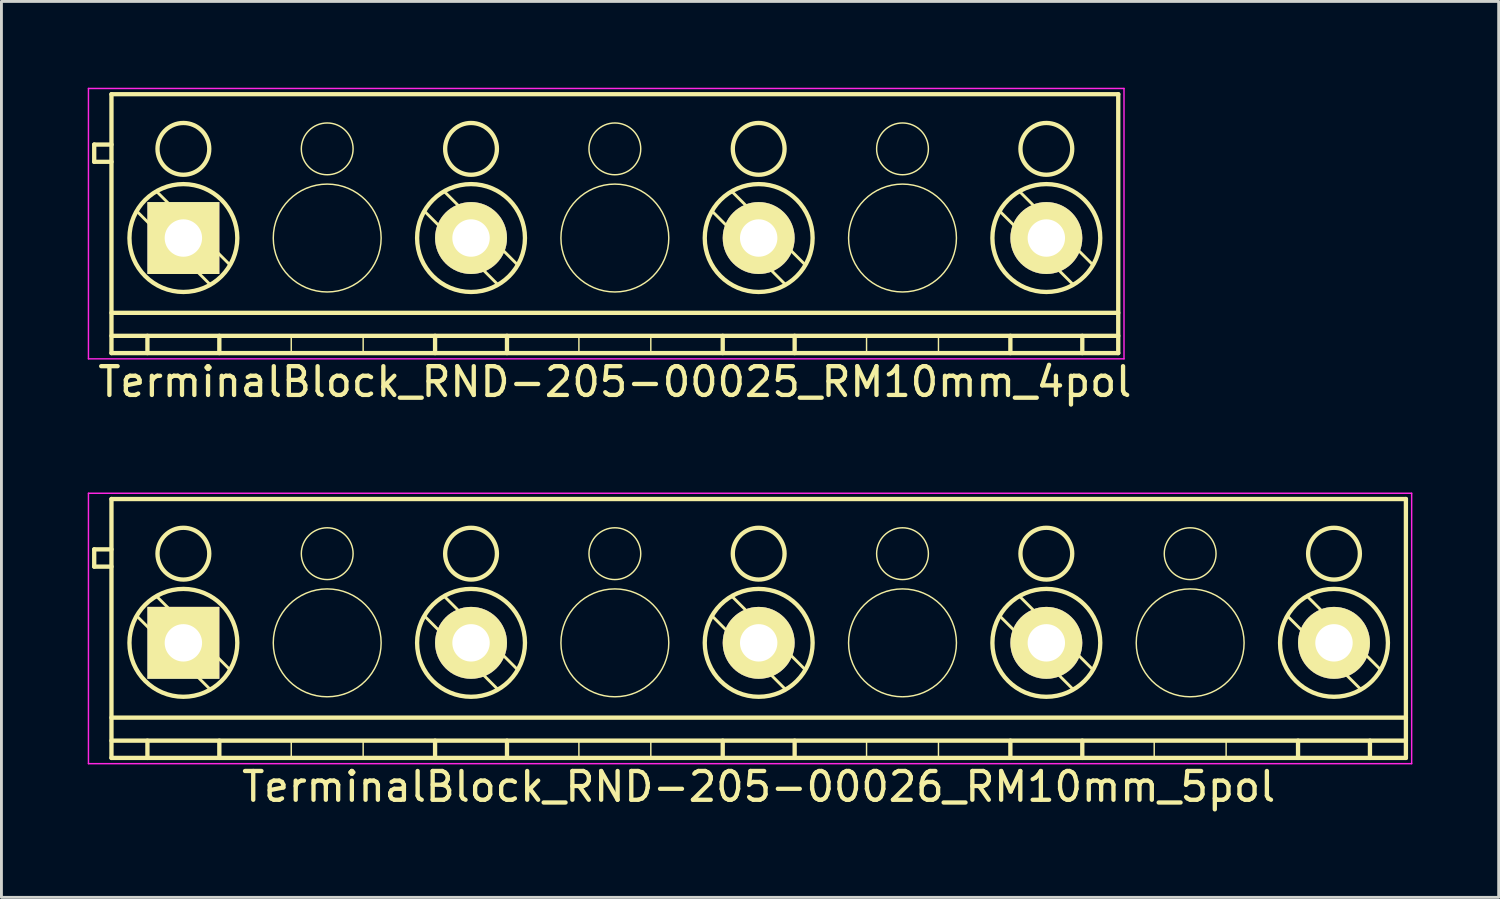
<source format=kicad_pcb>
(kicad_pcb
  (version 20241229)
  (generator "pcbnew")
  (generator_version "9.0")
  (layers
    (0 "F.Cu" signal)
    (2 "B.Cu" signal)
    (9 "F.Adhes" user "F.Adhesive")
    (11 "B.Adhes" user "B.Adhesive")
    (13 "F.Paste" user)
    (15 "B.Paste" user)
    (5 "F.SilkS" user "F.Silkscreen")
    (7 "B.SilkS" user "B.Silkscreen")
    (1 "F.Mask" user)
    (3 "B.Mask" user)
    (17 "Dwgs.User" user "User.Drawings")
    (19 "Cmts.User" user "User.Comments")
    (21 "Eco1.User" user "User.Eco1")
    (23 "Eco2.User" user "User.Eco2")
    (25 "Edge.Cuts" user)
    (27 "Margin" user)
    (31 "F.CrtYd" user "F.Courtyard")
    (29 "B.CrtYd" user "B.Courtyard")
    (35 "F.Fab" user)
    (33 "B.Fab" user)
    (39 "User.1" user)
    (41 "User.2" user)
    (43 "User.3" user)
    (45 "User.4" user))
  (footprint "TerminalBlock_RND-205-00026_RM10mm_5pol"
    (layer "F.Cu")
    (at 3.325 19.298)
    (property "Reference" "TerminalBlock_RND-205-00026_RM10mm_5pol" (at 20 5 0) (layer "F.SilkS") (effects (font (size 1 1) (thickness 0.15))))
    (attr through_hole)
    (fp_line (start -3.1 -3.25) (end -3.1 -2.65) (stroke (width 0.15) (type solid)) (layer "F.SilkS"))
    (fp_line (start -3.1 -2.65) (end -2.5 -2.65) (stroke (width 0.15) (type solid)) (layer "F.SilkS"))
    (fp_line (start -2.5 -5) (end 42.5 -5) (stroke (width 0.15) (type solid)) (layer "F.SilkS"))
    (fp_line (start -2.5 -3.25) (end -3.1 -3.25) (stroke (width 0.15) (type solid)) (layer "F.SilkS"))
    (fp_line (start -2.5 2.6) (end 42.5 2.6) (stroke (width 0.15) (type solid)) (layer "F.SilkS"))
    (fp_line (start -2.5 3.4) (end 42.5 3.4) (stroke (width 0.15) (type solid)) (layer "F.SilkS"))
    (fp_line (start -2.5 4) (end -2.5 -5) (stroke (width 0.15) (type solid)) (layer "F.SilkS"))
    (fp_line (start -1.25 3.4) (end -1.25 4) (stroke (width 0.15) (type solid)) (layer "F.SilkS"))
    (fp_line (start 0.937 1.624) (end -1.624 -0.938) (stroke (width 0.1) (type solid)) (layer "F.SilkS"))
    (fp_line (start 1.25 3.4) (end 1.25 4) (stroke (width 0.15) (type solid)) (layer "F.SilkS"))
    (fp_line (start 1.624 0.938) (end -0.937 -1.624) (stroke (width 0.1) (type solid)) (layer "F.SilkS"))
    (fp_line (start 3.75 3.4) (end 3.75 4) (stroke (width 0.05) (type solid)) (layer "F.SilkS"))
    (fp_line (start 6.25 3.4) (end 6.25 4) (stroke (width 0.05) (type solid)) (layer "F.SilkS"))
    (fp_line (start 8.75 3.4) (end 8.75 4) (stroke (width 0.15) (type solid)) (layer "F.SilkS"))
    (fp_line (start 10.938 1.624) (end 8.376 -0.938) (stroke (width 0.1) (type solid)) (layer "F.SilkS"))
    (fp_line (start 11.25 3.4) (end 11.25 4) (stroke (width 0.15) (type solid)) (layer "F.SilkS"))
    (fp_line (start 11.624 0.938) (end 9.063 -1.624) (stroke (width 0.1) (type solid)) (layer "F.SilkS"))
    (fp_line (start 13.75 3.4) (end 13.75 4) (stroke (width 0.05) (type solid)) (layer "F.SilkS"))
    (fp_line (start 16.25 3.4) (end 16.25 4) (stroke (width 0.05) (type solid)) (layer "F.SilkS"))
    (fp_line (start 18.75 3.4) (end 18.75 4) (stroke (width 0.15) (type solid)) (layer "F.SilkS"))
    (fp_line (start 20.938 1.624) (end 18.376 -0.938) (stroke (width 0.1) (type solid)) (layer "F.SilkS"))
    (fp_line (start 21.25 3.4) (end 21.25 4) (stroke (width 0.15) (type solid)) (layer "F.SilkS"))
    (fp_line (start 21.624 0.938) (end 19.063 -1.624) (stroke (width 0.1) (type solid)) (layer "F.SilkS"))
    (fp_line (start 23.75 3.4) (end 23.75 4) (stroke (width 0.05) (type solid)) (layer "F.SilkS"))
    (fp_line (start 26.25 3.4) (end 26.25 4) (stroke (width 0.05) (type solid)) (layer "F.SilkS"))
    (fp_line (start 28.75 3.4) (end 28.75 4) (stroke (width 0.15) (type solid)) (layer "F.SilkS"))
    (fp_line (start 30.938 1.624) (end 28.376 -0.938) (stroke (width 0.1) (type solid)) (layer "F.SilkS"))
    (fp_line (start 31.25 3.4) (end 31.25 4) (stroke (width 0.15) (type solid)) (layer "F.SilkS"))
    (fp_line (start 31.624 0.938) (end 29.063 -1.624) (stroke (width 0.1) (type solid)) (layer "F.SilkS"))
    (fp_line (start 33.75 3.4) (end 33.75 4) (stroke (width 0.05) (type solid)) (layer "F.SilkS"))
    (fp_line (start 36.25 3.4) (end 36.25 4) (stroke (width 0.05) (type solid)) (layer "F.SilkS"))
    (fp_line (start 38.75 3.4) (end 38.75 4) (stroke (width 0.15) (type solid)) (layer "F.SilkS"))
    (fp_line (start 40.938 1.624) (end 38.376 -0.938) (stroke (width 0.1) (type solid)) (layer "F.SilkS"))
    (fp_line (start 41.25 3.4) (end 41.25 4) (stroke (width 0.15) (type solid)) (layer "F.SilkS"))
    (fp_line (start 41.624 0.938) (end 39.063 -1.624) (stroke (width 0.1) (type solid)) (layer "F.SilkS"))
    (fp_line (start 42.5 -5) (end 42.5 4) (stroke (width 0.15) (type solid)) (layer "F.SilkS"))
    (fp_line (start 42.5 4) (end -2.5 4) (stroke (width 0.15) (type solid)) (layer "F.SilkS"))
    (fp_circle (center 0 -3.1) (end -0.9 -3.1) (stroke (width 0.15) (type solid)) (fill no) (layer "F.SilkS"))
    (fp_circle (center 0 0) (end -1.875 0) (stroke (width 0.15) (type solid)) (fill no) (layer "F.SilkS"))
    (fp_circle (center 5 -3.1) (end 4.1 -3.1) (stroke (width 0.05) (type solid)) (fill no) (layer "F.SilkS"))
    (fp_circle (center 5 0) (end 3.125 0) (stroke (width 0.05) (type solid)) (fill no) (layer "F.SilkS"))
    (fp_circle (center 10 -3.1) (end 9.1 -3.1) (stroke (width 0.15) (type solid)) (fill no) (layer "F.SilkS"))
    (fp_circle (center 10 0) (end 8.125 0) (stroke (width 0.15) (type solid)) (fill no) (layer "F.SilkS"))
    (fp_circle (center 15 -3.1) (end 14.1 -3.1) (stroke (width 0.05) (type solid)) (fill no) (layer "F.SilkS"))
    (fp_circle (center 15 0) (end 13.125 0) (stroke (width 0.05) (type solid)) (fill no) (layer "F.SilkS"))
    (fp_circle (center 20 -3.1) (end 19.1 -3.1) (stroke (width 0.15) (type solid)) (fill no) (layer "F.SilkS"))
    (fp_circle (center 20 0) (end 18.125 0) (stroke (width 0.15) (type solid)) (fill no) (layer "F.SilkS"))
    (fp_circle (center 25 -3.1) (end 24.1 -3.1) (stroke (width 0.05) (type solid)) (fill no) (layer "F.SilkS"))
    (fp_circle (center 25 0) (end 23.125 0) (stroke (width 0.05) (type solid)) (fill no) (layer "F.SilkS"))
    (fp_circle (center 30 -3.1) (end 29.1 -3.1) (stroke (width 0.15) (type solid)) (fill no) (layer "F.SilkS"))
    (fp_circle (center 30 0) (end 28.125 0) (stroke (width 0.15) (type solid)) (fill no) (layer "F.SilkS"))
    (fp_circle (center 35 -3.1) (end 34.1 -3.1) (stroke (width 0.05) (type solid)) (fill no) (layer "F.SilkS"))
    (fp_circle (center 35 0) (end 33.125 0) (stroke (width 0.05) (type solid)) (fill no) (layer "F.SilkS"))
    (fp_circle (center 40 -3.1) (end 39.1 -3.1) (stroke (width 0.15) (type solid)) (fill no) (layer "F.SilkS"))
    (fp_circle (center 40 0) (end 38.125 0) (stroke (width 0.15) (type solid)) (fill no) (layer "F.SilkS"))
    (fp_line (start -3.3 -5.2) (end 42.7 -5.2) (stroke (width 0.05) (type solid)) (layer "F.CrtYd"))
    (fp_line (start -3.3 4.2) (end -3.3 -5.2) (stroke (width 0.05) (type solid)) (layer "F.CrtYd"))
    (fp_line (start 42.7 -5.2) (end 42.7 4.2) (stroke (width 0.05) (type solid)) (layer "F.CrtYd"))
    (fp_line (start 42.7 4.2) (end -3.3 4.2) (stroke (width 0.05) (type solid)) (layer "F.CrtYd"))
    (pad "1" thru_hole rect (at 0 0) (size 2.5 2.5) (drill 1.3) (layers "*.Cu" "*.Mask" "F.SilkS"))
    (pad "2" thru_hole circle (at 10 0) (size 2.5 2.5) (drill 1.3) (layers "*.Cu" "*.Mask" "F.SilkS"))
    (pad "3" thru_hole circle (at 20 0) (size 2.5 2.5) (drill 1.3) (layers "*.Cu" "*.Mask" "F.SilkS"))
    (pad "4" thru_hole circle (at 30 0) (size 2.5 2.5) (drill 1.3) (layers "*.Cu" "*.Mask" "F.SilkS"))
    (pad "5" thru_hole circle (at 40 0) (size 2.5 2.5) (drill 1.3) (layers "*.Cu" "*.Mask" "F.SilkS")))
  (footprint "TerminalBlock_RND-205-00025_RM10mm_4pol"
    (layer "F.Cu")
    (at 3.325 5.225)
    (property "Reference" "TerminalBlock_RND-205-00025_RM10mm_4pol" (at 15 5 0) (layer "F.SilkS") (effects (font (size 1 1) (thickness 0.15))))
    (attr through_hole)
    (fp_line (start -3.1 -3.25) (end -3.1 -2.65) (stroke (width 0.15) (type solid)) (layer "F.SilkS"))
    (fp_line (start -3.1 -2.65) (end -2.5 -2.65) (stroke (width 0.15) (type solid)) (layer "F.SilkS"))
    (fp_line (start -2.5 -5) (end 32.5 -5) (stroke (width 0.15) (type solid)) (layer "F.SilkS"))
    (fp_line (start -2.5 -3.25) (end -3.1 -3.25) (stroke (width 0.15) (type solid)) (layer "F.SilkS"))
    (fp_line (start -2.5 2.6) (end 32.5 2.6) (stroke (width 0.15) (type solid)) (layer "F.SilkS"))
    (fp_line (start -2.5 3.4) (end 32.5 3.4) (stroke (width 0.15) (type solid)) (layer "F.SilkS"))
    (fp_line (start -2.5 4) (end -2.5 -5) (stroke (width 0.15) (type solid)) (layer "F.SilkS"))
    (fp_line (start -1.25 3.4) (end -1.25 4) (stroke (width 0.15) (type solid)) (layer "F.SilkS"))
    (fp_line (start 0.937 1.624) (end -1.624 -0.938) (stroke (width 0.1) (type solid)) (layer "F.SilkS"))
    (fp_line (start 1.25 3.4) (end 1.25 4) (stroke (width 0.15) (type solid)) (layer "F.SilkS"))
    (fp_line (start 1.624 0.938) (end -0.937 -1.624) (stroke (width 0.1) (type solid)) (layer "F.SilkS"))
    (fp_line (start 3.75 3.4) (end 3.75 4) (stroke (width 0.05) (type solid)) (layer "F.SilkS"))
    (fp_line (start 6.25 3.4) (end 6.25 4) (stroke (width 0.05) (type solid)) (layer "F.SilkS"))
    (fp_line (start 8.75 3.4) (end 8.75 4) (stroke (width 0.15) (type solid)) (layer "F.SilkS"))
    (fp_line (start 10.938 1.624) (end 8.376 -0.938) (stroke (width 0.1) (type solid)) (layer "F.SilkS"))
    (fp_line (start 11.25 3.4) (end 11.25 4) (stroke (width 0.15) (type solid)) (layer "F.SilkS"))
    (fp_line (start 11.624 0.938) (end 9.063 -1.624) (stroke (width 0.1) (type solid)) (layer "F.SilkS"))
    (fp_line (start 13.75 3.4) (end 13.75 4) (stroke (width 0.05) (type solid)) (layer "F.SilkS"))
    (fp_line (start 16.25 3.4) (end 16.25 4) (stroke (width 0.05) (type solid)) (layer "F.SilkS"))
    (fp_line (start 18.75 3.4) (end 18.75 4) (stroke (width 0.15) (type solid)) (layer "F.SilkS"))
    (fp_line (start 20.938 1.624) (end 18.376 -0.938) (stroke (width 0.1) (type solid)) (layer "F.SilkS"))
    (fp_line (start 21.25 3.4) (end 21.25 4) (stroke (width 0.15) (type solid)) (layer "F.SilkS"))
    (fp_line (start 21.624 0.938) (end 19.063 -1.624) (stroke (width 0.1) (type solid)) (layer "F.SilkS"))
    (fp_line (start 23.75 3.4) (end 23.75 4) (stroke (width 0.05) (type solid)) (layer "F.SilkS"))
    (fp_line (start 26.25 3.4) (end 26.25 4) (stroke (width 0.05) (type solid)) (layer "F.SilkS"))
    (fp_line (start 28.75 3.4) (end 28.75 4) (stroke (width 0.15) (type solid)) (layer "F.SilkS"))
    (fp_line (start 30.938 1.624) (end 28.376 -0.938) (stroke (width 0.1) (type solid)) (layer "F.SilkS"))
    (fp_line (start 31.25 3.4) (end 31.25 4) (stroke (width 0.15) (type solid)) (layer "F.SilkS"))
    (fp_line (start 31.624 0.938) (end 29.063 -1.624) (stroke (width 0.1) (type solid)) (layer "F.SilkS"))
    (fp_line (start 32.5 -5) (end 32.5 4) (stroke (width 0.15) (type solid)) (layer "F.SilkS"))
    (fp_line (start 32.5 4) (end -2.5 4) (stroke (width 0.15) (type solid)) (layer "F.SilkS"))
    (fp_circle (center 0 -3.1) (end -0.9 -3.1) (stroke (width 0.15) (type solid)) (fill no) (layer "F.SilkS"))
    (fp_circle (center 0 0) (end -1.875 0) (stroke (width 0.15) (type solid)) (fill no) (layer "F.SilkS"))
    (fp_circle (center 5 -3.1) (end 4.1 -3.1) (stroke (width 0.05) (type solid)) (fill no) (layer "F.SilkS"))
    (fp_circle (center 5 0) (end 3.125 0) (stroke (width 0.05) (type solid)) (fill no) (layer "F.SilkS"))
    (fp_circle (center 10 -3.1) (end 9.1 -3.1) (stroke (width 0.15) (type solid)) (fill no) (layer "F.SilkS"))
    (fp_circle (center 10 0) (end 8.125 0) (stroke (width 0.15) (type solid)) (fill no) (layer "F.SilkS"))
    (fp_circle (center 15 -3.1) (end 14.1 -3.1) (stroke (width 0.05) (type solid)) (fill no) (layer "F.SilkS"))
    (fp_circle (center 15 0) (end 13.125 0) (stroke (width 0.05) (type solid)) (fill no) (layer "F.SilkS"))
    (fp_circle (center 20 -3.1) (end 19.1 -3.1) (stroke (width 0.15) (type solid)) (fill no) (layer "F.SilkS"))
    (fp_circle (center 20 0) (end 18.125 0) (stroke (width 0.15) (type solid)) (fill no) (layer "F.SilkS"))
    (fp_circle (center 25 -3.1) (end 24.1 -3.1) (stroke (width 0.05) (type solid)) (fill no) (layer "F.SilkS"))
    (fp_circle (center 25 0) (end 23.125 0) (stroke (width 0.05) (type solid)) (fill no) (layer "F.SilkS"))
    (fp_circle (center 30 -3.1) (end 29.1 -3.1) (stroke (width 0.15) (type solid)) (fill no) (layer "F.SilkS"))
    (fp_circle (center 30 0) (end 28.125 0) (stroke (width 0.15) (type solid)) (fill no) (layer "F.SilkS"))
    (fp_line (start -3.3 -5.2) (end 32.7 -5.2) (stroke (width 0.05) (type solid)) (layer "F.CrtYd"))
    (fp_line (start -3.3 4.2) (end -3.3 -5.2) (stroke (width 0.05) (type solid)) (layer "F.CrtYd"))
    (fp_line (start 32.7 -5.2) (end 32.7 4.2) (stroke (width 0.05) (type solid)) (layer "F.CrtYd"))
    (fp_line (start 32.7 4.2) (end -3.3 4.2) (stroke (width 0.05) (type solid)) (layer "F.CrtYd"))
    (pad "1" thru_hole rect (at 0 0) (size 2.5 2.5) (drill 1.3) (layers "*.Cu" "*.Mask" "F.SilkS"))
    (pad "2" thru_hole circle (at 10 0) (size 2.5 2.5) (drill 1.3) (layers "*.Cu" "*.Mask" "F.SilkS"))
    (pad "3" thru_hole circle (at 20 0) (size 2.5 2.5) (drill 1.3) (layers "*.Cu" "*.Mask" "F.SilkS"))
    (pad "4" thru_hole circle (at 30 0) (size 2.5 2.5) (drill 1.3) (layers "*.Cu" "*.Mask" "F.SilkS")))
  (gr_rect
    (start -3 -3)
    (end 49.05 28.146)
    (stroke (width 0.1) (type default))
    (fill no)
    (layer "Edge.Cuts")))
</source>
